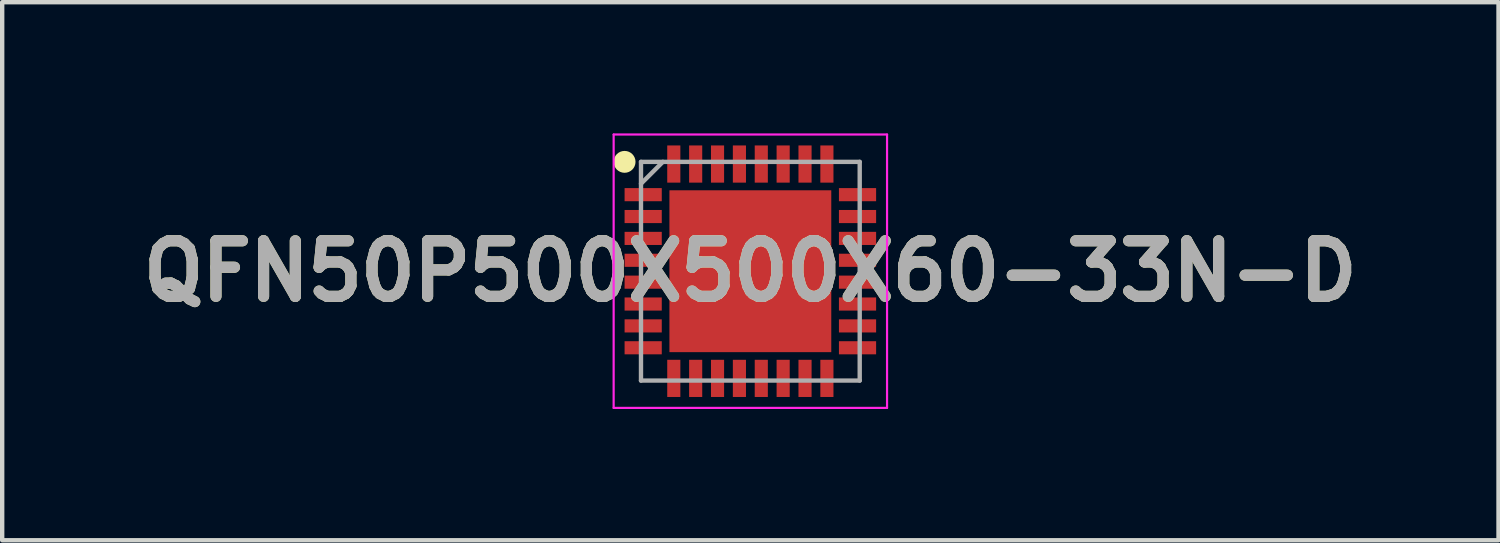
<source format=kicad_pcb>
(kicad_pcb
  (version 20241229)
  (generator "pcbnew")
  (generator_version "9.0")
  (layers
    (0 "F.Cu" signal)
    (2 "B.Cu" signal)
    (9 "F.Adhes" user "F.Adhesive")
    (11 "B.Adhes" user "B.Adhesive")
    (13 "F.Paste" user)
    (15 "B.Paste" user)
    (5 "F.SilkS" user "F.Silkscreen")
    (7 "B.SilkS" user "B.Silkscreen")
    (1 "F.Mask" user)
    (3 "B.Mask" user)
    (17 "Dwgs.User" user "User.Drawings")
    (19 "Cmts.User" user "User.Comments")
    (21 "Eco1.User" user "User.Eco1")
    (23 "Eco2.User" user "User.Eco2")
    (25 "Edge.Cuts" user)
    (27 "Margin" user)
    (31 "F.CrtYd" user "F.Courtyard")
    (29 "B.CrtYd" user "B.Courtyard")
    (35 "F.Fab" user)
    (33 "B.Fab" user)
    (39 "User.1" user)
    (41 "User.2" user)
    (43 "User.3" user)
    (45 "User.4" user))
  (footprint "QFN50P500X500X60-33N-D"
    (layer "F.Cu")
    (at 14.103 3.15)
    (property "Reference" "QFN50P500X500X60-33N-D" (at 0 0 0) (layer "F.SilkS") (effects (font (size 1.27 1.27) (thickness 0.254))))
    (attr smd)
    (fp_circle (center -2.875 -2.5) (end -2.875 -2.375) (stroke (width 0.25) (type solid)) (fill no) (layer "F.SilkS"))
    (fp_line (start -3.125 -3.125) (end 3.125 -3.125) (stroke (width 0.05) (type solid)) (layer "F.CrtYd"))
    (fp_line (start -3.125 3.125) (end -3.125 -3.125) (stroke (width 0.05) (type solid)) (layer "F.CrtYd"))
    (fp_line (start 3.125 -3.125) (end 3.125 3.125) (stroke (width 0.05) (type solid)) (layer "F.CrtYd"))
    (fp_line (start 3.125 3.125) (end -3.125 3.125) (stroke (width 0.05) (type solid)) (layer "F.CrtYd"))
    (fp_line (start -2.5 -2.5) (end 2.5 -2.5) (stroke (width 0.1) (type solid)) (layer "F.Fab"))
    (fp_line (start -2.5 -2) (end -2 -2.5) (stroke (width 0.1) (type solid)) (layer "F.Fab"))
    (fp_line (start -2.5 2.5) (end -2.5 -2.5) (stroke (width 0.1) (type solid)) (layer "F.Fab"))
    (fp_line (start 2.5 -2.5) (end 2.5 2.5) (stroke (width 0.1) (type solid)) (layer "F.Fab"))
    (fp_line (start 2.5 2.5) (end -2.5 2.5) (stroke (width 0.1) (type solid)) (layer "F.Fab"))
    (fp_text user "${REFERENCE}" (at 0 0 0) (layer "F.Fab") (effects (font (size 1.27 1.27) (thickness 0.254))))
    (pad "1" smd rect (at -2.45 -1.75 90) (size 0.3 0.85) (layers "F.Cu" "F.Mask" "F.Paste"))
    (pad "2" smd rect (at -2.45 -1.25 90) (size 0.3 0.85) (layers "F.Cu" "F.Mask" "F.Paste"))
    (pad "3" smd rect (at -2.45 -0.75 90) (size 0.3 0.85) (layers "F.Cu" "F.Mask" "F.Paste"))
    (pad "4" smd rect (at -2.45 -0.25 90) (size 0.3 0.85) (layers "F.Cu" "F.Mask" "F.Paste"))
    (pad "5" smd rect (at -2.45 0.25 90) (size 0.3 0.85) (layers "F.Cu" "F.Mask" "F.Paste"))
    (pad "6" smd rect (at -2.45 0.75 90) (size 0.3 0.85) (layers "F.Cu" "F.Mask" "F.Paste"))
    (pad "7" smd rect (at -2.45 1.25 90) (size 0.3 0.85) (layers "F.Cu" "F.Mask" "F.Paste"))
    (pad "8" smd rect (at -2.45 1.75 90) (size 0.3 0.85) (layers "F.Cu" "F.Mask" "F.Paste"))
    (pad "9" smd rect (at -1.75 2.45) (size 0.3 0.85) (layers "F.Cu" "F.Mask" "F.Paste"))
    (pad "10" smd rect (at -1.25 2.45) (size 0.3 0.85) (layers "F.Cu" "F.Mask" "F.Paste"))
    (pad "11" smd rect (at -0.75 2.45) (size 0.3 0.85) (layers "F.Cu" "F.Mask" "F.Paste"))
    (pad "12" smd rect (at -0.25 2.45) (size 0.3 0.85) (layers "F.Cu" "F.Mask" "F.Paste"))
    (pad "13" smd rect (at 0.25 2.45) (size 0.3 0.85) (layers "F.Cu" "F.Mask" "F.Paste"))
    (pad "14" smd rect (at 0.75 2.45) (size 0.3 0.85) (layers "F.Cu" "F.Mask" "F.Paste"))
    (pad "15" smd rect (at 1.25 2.45) (size 0.3 0.85) (layers "F.Cu" "F.Mask" "F.Paste"))
    (pad "16" smd rect (at 1.75 2.45) (size 0.3 0.85) (layers "F.Cu" "F.Mask" "F.Paste"))
    (pad "17" smd rect (at 2.45 1.75 90) (size 0.3 0.85) (layers "F.Cu" "F.Mask" "F.Paste"))
    (pad "18" smd rect (at 2.45 1.25 90) (size 0.3 0.85) (layers "F.Cu" "F.Mask" "F.Paste"))
    (pad "19" smd rect (at 2.45 0.75 90) (size 0.3 0.85) (layers "F.Cu" "F.Mask" "F.Paste"))
    (pad "20" smd rect (at 2.45 0.25 90) (size 0.3 0.85) (layers "F.Cu" "F.Mask" "F.Paste"))
    (pad "21" smd rect (at 2.45 -0.25 90) (size 0.3 0.85) (layers "F.Cu" "F.Mask" "F.Paste"))
    (pad "22" smd rect (at 2.45 -0.75 90) (size 0.3 0.85) (layers "F.Cu" "F.Mask" "F.Paste"))
    (pad "23" smd rect (at 2.45 -1.25 90) (size 0.3 0.85) (layers "F.Cu" "F.Mask" "F.Paste"))
    (pad "24" smd rect (at 2.45 -1.75 90) (size 0.3 0.85) (layers "F.Cu" "F.Mask" "F.Paste"))
    (pad "25" smd rect (at 1.75 -2.45) (size 0.3 0.85) (layers "F.Cu" "F.Mask" "F.Paste"))
    (pad "26" smd rect (at 1.25 -2.45) (size 0.3 0.85) (layers "F.Cu" "F.Mask" "F.Paste"))
    (pad "27" smd rect (at 0.75 -2.45) (size 0.3 0.85) (layers "F.Cu" "F.Mask" "F.Paste"))
    (pad "28" smd rect (at 0.25 -2.45) (size 0.3 0.85) (layers "F.Cu" "F.Mask" "F.Paste"))
    (pad "29" smd rect (at -0.25 -2.45) (size 0.3 0.85) (layers "F.Cu" "F.Mask" "F.Paste"))
    (pad "30" smd rect (at -0.75 -2.45) (size 0.3 0.85) (layers "F.Cu" "F.Mask" "F.Paste"))
    (pad "31" smd rect (at -1.25 -2.45) (size 0.3 0.85) (layers "F.Cu" "F.Mask" "F.Paste"))
    (pad "32" smd rect (at -1.75 -2.45) (size 0.3 0.85) (layers "F.Cu" "F.Mask" "F.Paste"))
    (pad "33" smd rect (at 0 0) (size 3.7 3.7) (layers "F.Cu" "F.Mask" "F.Paste")))
  (gr_rect
    (start -3 -3)
    (end 31.206 9.3)
    (stroke (width 0.1) (type default))
    (fill no)
    (layer "Edge.Cuts")))
</source>
